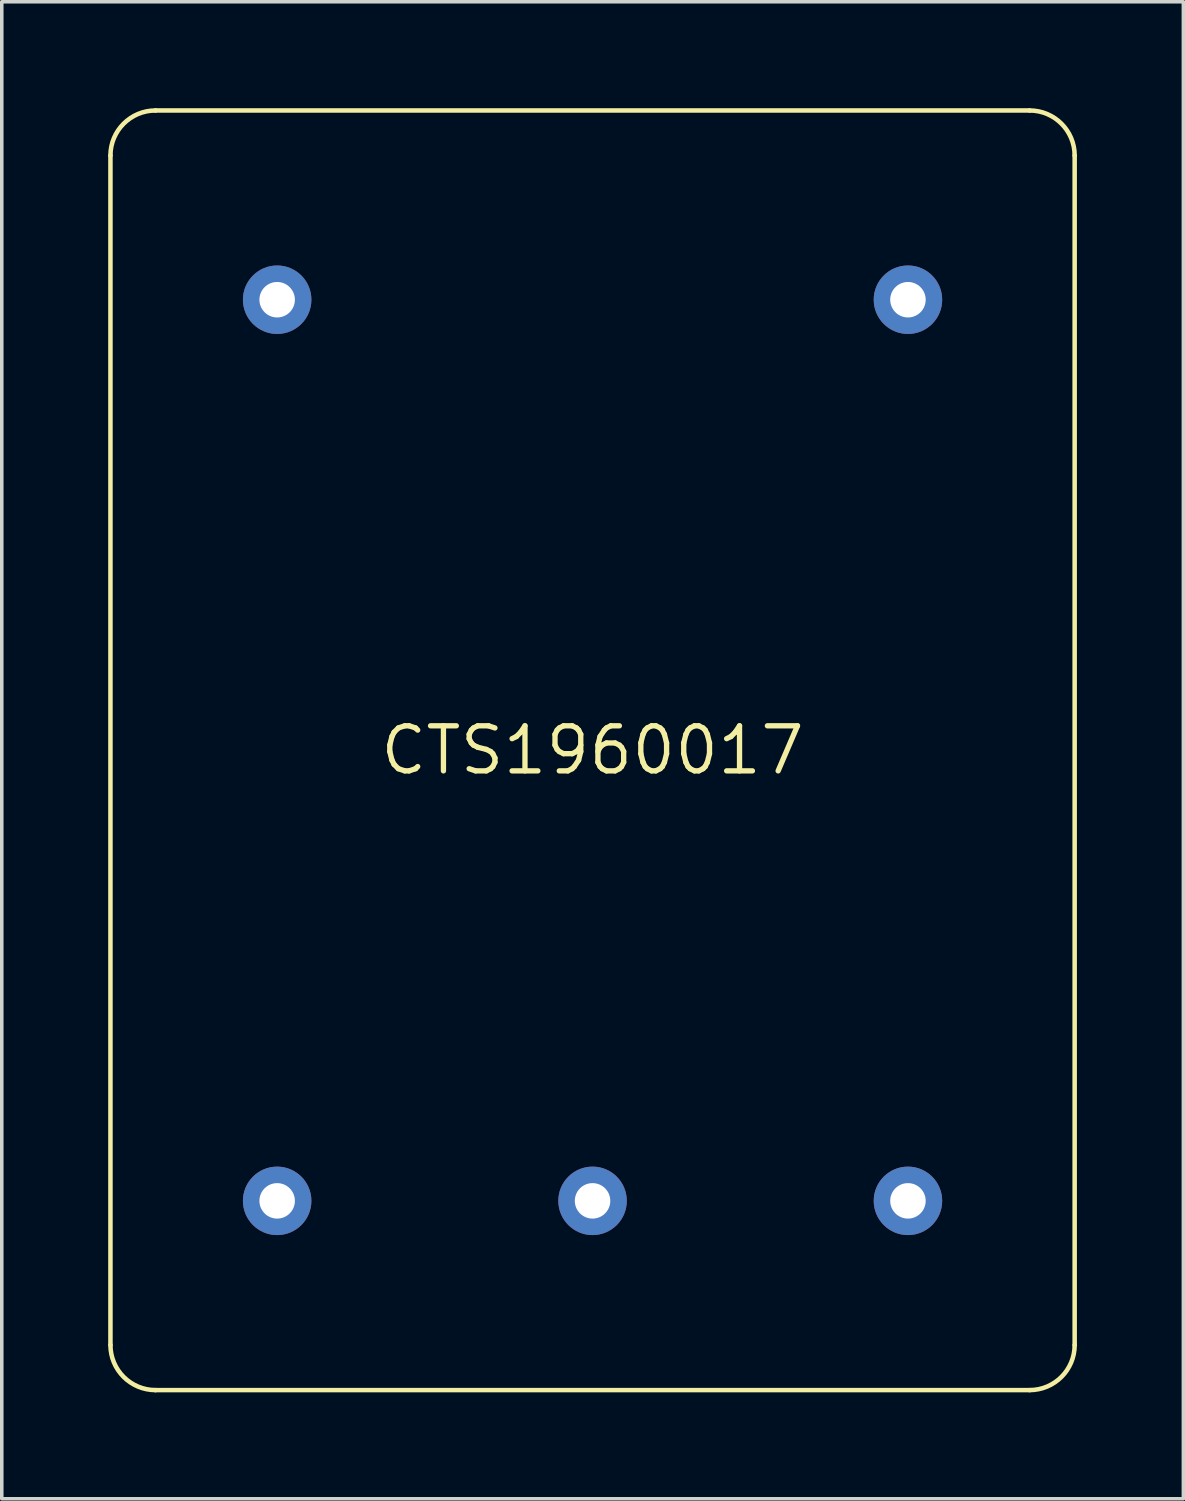
<source format=kicad_pcb>
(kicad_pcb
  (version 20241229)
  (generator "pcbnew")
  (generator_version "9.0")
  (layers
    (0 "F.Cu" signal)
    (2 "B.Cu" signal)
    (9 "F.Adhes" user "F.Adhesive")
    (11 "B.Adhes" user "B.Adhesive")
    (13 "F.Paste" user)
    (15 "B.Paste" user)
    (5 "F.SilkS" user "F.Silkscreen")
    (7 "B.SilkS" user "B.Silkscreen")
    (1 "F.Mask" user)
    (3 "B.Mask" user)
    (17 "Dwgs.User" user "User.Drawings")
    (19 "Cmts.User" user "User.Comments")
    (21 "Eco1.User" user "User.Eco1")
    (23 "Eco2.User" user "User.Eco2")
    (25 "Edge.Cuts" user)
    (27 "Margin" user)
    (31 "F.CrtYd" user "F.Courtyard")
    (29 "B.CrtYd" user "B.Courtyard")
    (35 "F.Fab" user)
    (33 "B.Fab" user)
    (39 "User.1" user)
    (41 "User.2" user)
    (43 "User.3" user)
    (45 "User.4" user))
  (footprint "CTS1960017"
    (layer "F.Cu")
    (at 13.652 18.098)
    (property "Reference" "CTS1960017" (at 0 0 0) (layer "F.SilkS") (effects (font (size 1.27 1.27) (thickness 0.15))))
    (fp_line (start -13.589 -16.764) (end -13.589 16.764) (stroke (width 0.127) (type solid)) (layer "F.SilkS"))
    (fp_line (start -12.319 18.034) (end 12.319 18.034) (stroke (width 0.127) (type solid)) (layer "F.SilkS"))
    (fp_line (start 12.319 -18.034) (end -12.319 -18.034) (stroke (width 0.127) (type solid)) (layer "F.SilkS"))
    (fp_line (start 13.589 16.764) (end 13.589 -16.764) (stroke (width 0.127) (type solid)) (layer "F.SilkS"))
    (fp_arc (start -13.589 -16.764) (mid -13.217026 -17.662026) (end -12.319 -18.034) (stroke (width 0.127) (type solid)) (layer "F.SilkS"))
    (fp_arc (start -12.319 18.034) (mid -13.217026 17.662026) (end -13.589 16.764) (stroke (width 0.127) (type solid)) (layer "F.SilkS"))
    (fp_arc (start 12.319 -18.034) (mid 13.217026 -17.662026) (end 13.589 -16.764) (stroke (width 0.127) (type solid)) (layer "F.SilkS"))
    (fp_arc (start 13.589 16.764) (mid 13.217026 17.662026) (end 12.319 18.034) (stroke (width 0.127) (type solid)) (layer "F.SilkS"))
    (pad "GND" thru_hole circle (at -8.89 -12.7) (size 1.93 1.93) (drill 1) (layers "*.Cu" "*.Mask"))
    (pad "OUT" thru_hole circle (at 8.89 -12.7) (size 1.93 1.93) (drill 1) (layers "*.Cu" "*.Mask"))
    (pad "VCC" thru_hole circle (at 8.89 12.7) (size 1.93 1.93) (drill 1) (layers "*.Cu" "*.Mask"))
    (pad "VFC" thru_hole circle (at -8.89 12.7) (size 1.93 1.93) (drill 1) (layers "*.Cu" "*.Mask"))
    (pad "VREF" thru_hole circle (at 0 12.7) (size 1.93 1.93) (drill 1) (layers "*.Cu" "*.Mask")))
  (gr_rect
    (start -3 -3)
    (end 30.305 39.195)
    (stroke (width 0.1) (type default))
    (fill no)
    (layer "Edge.Cuts")))
</source>
